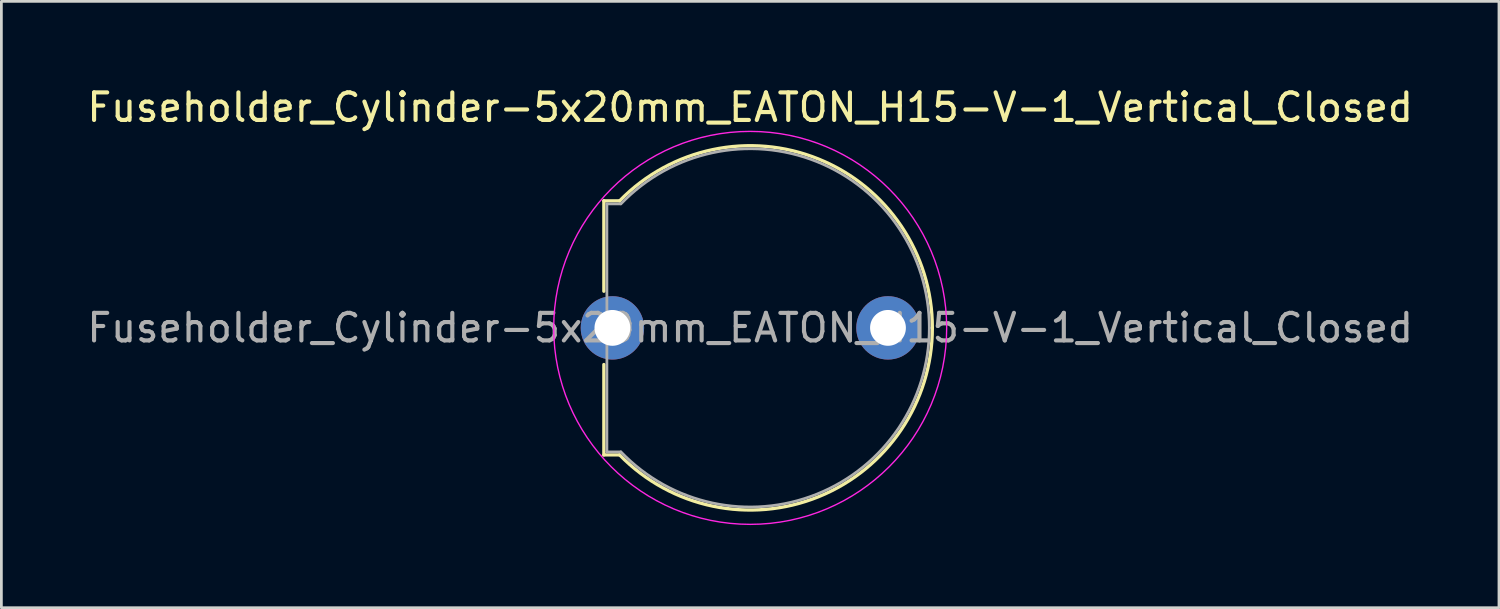
<source format=kicad_pcb>
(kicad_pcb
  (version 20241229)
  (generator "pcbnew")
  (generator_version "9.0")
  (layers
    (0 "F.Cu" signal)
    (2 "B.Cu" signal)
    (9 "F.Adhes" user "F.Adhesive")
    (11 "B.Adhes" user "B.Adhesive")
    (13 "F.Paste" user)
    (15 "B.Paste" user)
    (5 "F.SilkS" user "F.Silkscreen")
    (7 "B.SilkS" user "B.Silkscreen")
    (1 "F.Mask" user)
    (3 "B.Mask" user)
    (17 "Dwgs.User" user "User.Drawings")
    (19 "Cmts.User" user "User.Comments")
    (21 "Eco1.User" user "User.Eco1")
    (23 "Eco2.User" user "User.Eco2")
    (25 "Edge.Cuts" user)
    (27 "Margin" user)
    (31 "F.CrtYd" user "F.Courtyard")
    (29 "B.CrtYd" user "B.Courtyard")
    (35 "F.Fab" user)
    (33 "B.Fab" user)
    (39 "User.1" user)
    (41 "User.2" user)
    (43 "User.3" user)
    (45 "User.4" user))
  (footprint "Fuseholder_Cylinder-5x20mm_EATON_H15-V-1_Vertical_Closed"
    (layer "F.Cu")
    (at 19.173 8.848)
    (property "Reference" "Fuseholder_Cylinder-5x20mm_EATON_H15-V-1_Vertical_Closed" (at 5 -8 0) (layer "F.SilkS") (effects (font (size 1 1) (thickness 0.15))))
    (attr through_hole)
    (fp_line (start -0.31 -4.61) (end -0.31 -1.33) (stroke (width 0.12) (type solid)) (layer "F.SilkS"))
    (fp_line (start -0.31 1.33) (end -0.31 4.61) (stroke (width 0.12) (type solid)) (layer "F.SilkS"))
    (fp_line (start 0.26 -4.61) (end -0.31 -4.61) (stroke (width 0.12) (type solid)) (layer "F.SilkS"))
    (fp_line (start 0.26 4.61) (end -0.31 4.61) (stroke (width 0.12) (type solid)) (layer "F.SilkS"))
    (fp_arc (start 0.261221 -4.608261) (mid 7.486842 -6.124354) (end 11.61 0) (stroke (width 0.12) (type solid)) (layer "F.SilkS"))
    (fp_arc (start 11.61 0) (mid 7.486842 6.124354) (end 0.261221 4.608261) (stroke (width 0.12) (type solid)) (layer "F.SilkS"))
    (fp_circle (center 5 0) (end 12.13 0) (stroke (width 0.05) (type solid)) (fill no) (layer "F.CrtYd"))
    (fp_line (start -0.2 -4.5) (end -0.2 4.5) (stroke (width 0.1) (type solid)) (layer "F.Fab"))
    (fp_line (start 0.3 -4.5) (end -0.2 -4.5) (stroke (width 0.1) (type solid)) (layer "F.Fab"))
    (fp_line (start 0.3 4.5) (end -0.2 4.5) (stroke (width 0.1) (type solid)) (layer "F.Fab"))
    (fp_arc (start 0.308559 -4.498931) (mid 7.424421 -6.030935) (end 11.5 0) (stroke (width 0.1) (type solid)) (layer "F.Fab"))
    (fp_arc (start 11.5 0) (mid 7.424421 6.030936) (end 0.308559 4.498931) (stroke (width 0.1) (type solid)) (layer "F.Fab"))
    (fp_text user "${REFERENCE}" (at 5 0 0) (layer "F.Fab") (effects (font (size 1 1) (thickness 0.15))))
    (pad "1" thru_hole circle (at 0 0) (size 2.3 2.3) (drill 1.3) (layers "*.Cu" "*.Mask"))
    (pad "2" thru_hole circle (at 10 0) (size 2.3 2.3) (drill 1.3) (layers "*.Cu" "*.Mask")))
  (gr_rect
    (start -3 -3)
    (end 51.345 19.003)
    (stroke (width 0.1) (type default))
    (fill no)
    (layer "Edge.Cuts")))
</source>
